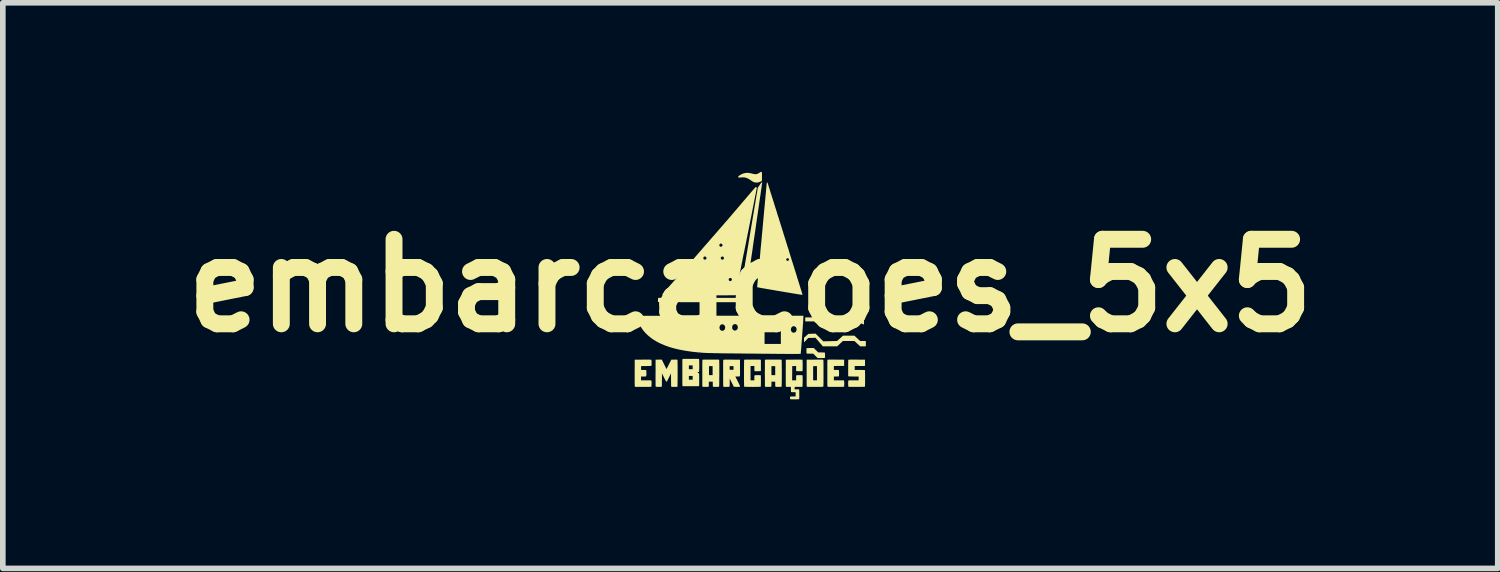
<source format=kicad_pcb>
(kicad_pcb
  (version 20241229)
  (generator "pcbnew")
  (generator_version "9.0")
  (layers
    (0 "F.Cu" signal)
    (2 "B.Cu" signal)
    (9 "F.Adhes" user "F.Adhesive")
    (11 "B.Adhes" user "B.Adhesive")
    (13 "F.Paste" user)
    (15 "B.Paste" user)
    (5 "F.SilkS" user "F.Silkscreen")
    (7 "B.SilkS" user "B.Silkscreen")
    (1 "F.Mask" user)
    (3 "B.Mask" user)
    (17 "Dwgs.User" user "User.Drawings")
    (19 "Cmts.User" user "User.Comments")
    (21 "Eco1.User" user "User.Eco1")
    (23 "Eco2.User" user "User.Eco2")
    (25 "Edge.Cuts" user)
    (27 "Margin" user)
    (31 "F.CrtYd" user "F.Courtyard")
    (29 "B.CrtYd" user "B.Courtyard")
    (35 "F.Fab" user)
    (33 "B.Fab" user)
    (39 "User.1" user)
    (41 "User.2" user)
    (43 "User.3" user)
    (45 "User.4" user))
  (footprint "embarcacoes_5x5"
    (layer "F.Cu")
    (at 10.264 2.018)
    (property "Reference" "embarcacoes_5x5" (at 0 0 0) (layer "F.SilkS") (effects (font (size 1.5 1.5) (thickness 0.3))))
    (attr board_only exclude_from_pos_files exclude_from_bom)
    (fp_poly (pts (xy 1.078 0.565) (xy 1.18 0.565) (xy 1.239 0.619) (xy 1.299 0.673) (xy 1.401 0.673) (xy 1.504 0.673) (xy 1.552 0.621) (xy 1.601 0.57) (xy 1.755 0.57) (xy 1.909 0.571) (xy 1.964 0.598) (xy 2.018 0.626) (xy 2.018 0.659) (xy 2.018 0.671) (xy 2.018 0.682) (xy 2.018 0.689) (xy 2.018 0.692) (xy 2.017 0.692) (xy 2.015 0.691) (xy 2.008 0.688) (xy 1.997 0.683) (xy 1.984 0.677) (xy 1.969 0.67) (xy 1.961 0.666) (xy 1.907 0.641) (xy 1.754 0.641) (xy 1.601 0.641) (xy 1.552 0.692) (xy 1.504 0.743) (xy 1.401 0.743) (xy 1.299 0.743) (xy 1.288 0.733) (xy 1.282 0.728) (xy 1.274 0.721) (xy 1.263 0.711) (xy 1.25 0.699) (xy 1.236 0.687) (xy 1.227 0.679) (xy 1.178 0.635) (xy 1.077 0.635) (xy 0.976 0.635) (xy 0.976 0.6) (xy 0.976 0.565)) (stroke (width 0) (type solid)) (fill yes) (layer "F.SilkS"))
    (fp_poly (pts (xy 1.228 0.921) (xy 1.296 0.989) (xy 1.407 0.987) (xy 1.431 0.986) (xy 1.454 0.985) (xy 1.476 0.985) (xy 1.494 0.985) (xy 1.51 0.984) (xy 1.522 0.984) (xy 1.529 0.984) (xy 1.53 0.984) (xy 1.534 0.984) (xy 1.537 0.983) (xy 1.541 0.982) (xy 1.545 0.979) (xy 1.551 0.975) (xy 1.559 0.968) (xy 1.569 0.959) (xy 1.582 0.947) (xy 1.593 0.937) (xy 1.645 0.889) (xy 1.747 0.889) (xy 1.849 0.889) (xy 1.899 0.936) (xy 1.95 0.984) (xy 2.001 0.984) (xy 2.051 0.984) (xy 2.051 1.031) (xy 2.051 1.078) (xy 2.001 1.078) (xy 1.951 1.078) (xy 1.9 1.031) (xy 1.849 0.984) (xy 1.747 0.984) (xy 1.644 0.984) (xy 1.593 1.031) (xy 1.542 1.078) (xy 1.415 1.078) (xy 1.288 1.078) (xy 1.223 1.002) (xy 1.158 0.926) (xy 1.094 0.928) (xy 1.03 0.93) (xy 0.992 0.969) (xy 0.954 1.007) (xy 0.954 0.966) (xy 0.954 0.926) (xy 0.993 0.891) (xy 1.032 0.857) (xy 1.096 0.855) (xy 1.16 0.853)) (stroke (width 0) (type solid)) (fill yes) (layer "F.SilkS"))
    (fp_poly (pts (xy 1.167 1.147) (xy 1.207 1.186) (xy 1.264 1.186) (xy 1.285 1.187) (xy 1.301 1.187) (xy 1.313 1.188) (xy 1.32 1.188) (xy 1.324 1.19) (xy 1.324 1.19) (xy 1.325 1.193) (xy 1.326 1.201) (xy 1.327 1.214) (xy 1.327 1.232) (xy 1.327 1.237) (xy 1.327 1.253) (xy 1.327 1.265) (xy 1.326 1.273) (xy 1.326 1.278) (xy 1.324 1.281) (xy 1.323 1.283) (xy 1.322 1.284) (xy 1.317 1.285) (xy 1.308 1.285) (xy 1.294 1.286) (xy 1.277 1.286) (xy 1.257 1.286) (xy 1.256 1.286) (xy 1.196 1.286) (xy 1.157 1.247) (xy 1.117 1.208) (xy 1.061 1.208) (xy 1.039 1.208) (xy 1.023 1.208) (xy 1.012 1.207) (xy 1.004 1.206) (xy 1.001 1.205) (xy 1.001 1.205) (xy 0.999 1.201) (xy 0.998 1.193) (xy 0.998 1.181) (xy 0.997 1.163) (xy 0.997 1.158) (xy 0.997 1.141) (xy 0.998 1.129) (xy 0.998 1.121) (xy 0.999 1.116) (xy 1 1.113) (xy 1.002 1.111) (xy 1.003 1.111) (xy 1.007 1.11) (xy 1.016 1.109) (xy 1.03 1.109) (xy 1.047 1.108) (xy 1.067 1.108) (xy 1.068 1.108) (xy 1.128 1.108)) (stroke (width 0) (type solid)) (fill yes) (layer "F.SilkS"))
    (fp_poly (pts (xy 0.201 -2.015) (xy 0.203 -2.014) (xy 0.204 -2.012) (xy 0.206 -2.009) (xy 0.207 -2.006) (xy 0.207 -2) (xy 0.208 -1.992) (xy 0.208 -1.982) (xy 0.208 -1.967) (xy 0.208 -1.948) (xy 0.208 -1.934) (xy 0.208 -1.912) (xy 0.208 -1.894) (xy 0.208 -1.88) (xy 0.207 -1.87) (xy 0.206 -1.862) (xy 0.203 -1.857) (xy 0.2 -1.853) (xy 0.196 -1.851) (xy 0.19 -1.848) (xy 0.183 -1.845) (xy 0.182 -1.844) (xy 0.155 -1.835) (xy 0.129 -1.829) (xy 0.104 -1.828) (xy 0.081 -1.831) (xy 0.079 -1.831) (xy 0.07 -1.834) (xy 0.061 -1.837) (xy 0.052 -1.842) (xy 0.041 -1.848) (xy 0.028 -1.856) (xy 0.012 -1.867) (xy 0.007 -1.871) (xy -0.02 -1.888) (xy -0.044 -1.901) (xy -0.066 -1.91) (xy -0.089 -1.917) (xy -0.112 -1.92) (xy -0.137 -1.921) (xy -0.164 -1.919) (xy -0.168 -1.919) (xy -0.203 -1.915) (xy -0.209 -1.921) (xy -0.212 -1.927) (xy -0.214 -1.932) (xy -0.211 -1.937) (xy -0.205 -1.944) (xy -0.194 -1.952) (xy -0.182 -1.96) (xy -0.167 -1.969) (xy -0.151 -1.977) (xy -0.136 -1.984) (xy -0.11 -1.993) (xy -0.086 -1.998) (xy -0.061 -2.001) (xy -0.035 -2) (xy -0.007 -1.996) (xy 0.023 -1.99) (xy 0.039 -1.986) (xy 0.054 -1.982) (xy 0.067 -1.98) (xy 0.077 -1.978) (xy 0.08 -1.977) (xy 0.102 -1.977) (xy 0.124 -1.982) (xy 0.147 -1.992) (xy 0.169 -2.006) (xy 0.18 -2.014) (xy 0.189 -2.018) (xy 0.195 -2.018)) (stroke (width 0) (type solid)) (fill yes) (layer "F.SilkS"))
    (fp_poly (pts (xy 1.247 1.314) (xy 1.261 1.314) (xy 1.273 1.314) (xy 1.281 1.315) (xy 1.288 1.315) (xy 1.292 1.316) (xy 1.294 1.316) (xy 1.296 1.317) (xy 1.297 1.318) (xy 1.297 1.32) (xy 1.298 1.324) (xy 1.298 1.331) (xy 1.299 1.341) (xy 1.299 1.353) (xy 1.299 1.37) (xy 1.3 1.39) (xy 1.3 1.413) (xy 1.3 1.442) (xy 1.3 1.474) (xy 1.3 1.512) (xy 1.3 1.554) (xy 1.3 1.556) (xy 1.3 1.597) (xy 1.3 1.633) (xy 1.3 1.664) (xy 1.3 1.691) (xy 1.3 1.714) (xy 1.3 1.734) (xy 1.299 1.749) (xy 1.299 1.762) (xy 1.299 1.772) (xy 1.298 1.78) (xy 1.298 1.785) (xy 1.297 1.789) (xy 1.297 1.791) (xy 1.296 1.793) (xy 1.296 1.793) (xy 1.294 1.794) (xy 1.292 1.795) (xy 1.288 1.795) (xy 1.282 1.796) (xy 1.273 1.796) (xy 1.262 1.797) (xy 1.248 1.797) (xy 1.23 1.797) (xy 1.207 1.797) (xy 1.181 1.797) (xy 1.149 1.797) (xy 1.149 1.797) (xy 1.116 1.797) (xy 1.089 1.797) (xy 1.066 1.797) (xy 1.048 1.797) (xy 1.033 1.797) (xy 1.022 1.796) (xy 1.014 1.796) (xy 1.008 1.795) (xy 1.005 1.794) (xy 1.003 1.794) (xy 1.003 1.794) (xy 1.002 1.791) (xy 1.002 1.786) (xy 1.002 1.776) (xy 1.001 1.763) (xy 1.001 1.746) (xy 1.001 1.725) (xy 1.001 1.7) (xy 1.001 1.67) (xy 1.001 1.635) (xy 1.001 1.595) (xy 1.001 1.552) (xy 1.001 1.43) (xy 1.116 1.43) (xy 1.116 1.555) (xy 1.116 1.681) (xy 1.15 1.681) (xy 1.184 1.681) (xy 1.184 1.555) (xy 1.184 1.43) (xy 1.15 1.43) (xy 1.116 1.43) (xy 1.001 1.43) (xy 1.001 1.315) (xy 1.147 1.314) (xy 1.179 1.314) (xy 1.206 1.314) (xy 1.229 1.314)) (stroke (width 0) (type solid)) (fill yes) (layer "F.SilkS"))
    (fp_poly (pts (xy -0.344 1.314) (xy -0.328 1.314) (xy -0.182 1.315) (xy -0.182 1.461) (xy -0.182 1.493) (xy -0.181 1.52) (xy -0.181 1.542) (xy -0.182 1.56) (xy -0.182 1.575) (xy -0.182 1.586) (xy -0.182 1.595) (xy -0.183 1.601) (xy -0.183 1.605) (xy -0.184 1.608) (xy -0.185 1.609) (xy -0.186 1.61) (xy -0.19 1.612) (xy -0.2 1.613) (xy -0.214 1.613) (xy -0.228 1.614) (xy -0.265 1.614) (xy -0.223 1.697) (xy -0.213 1.717) (xy -0.204 1.736) (xy -0.196 1.752) (xy -0.19 1.766) (xy -0.185 1.777) (xy -0.182 1.784) (xy -0.181 1.786) (xy -0.181 1.79) (xy -0.183 1.793) (xy -0.187 1.795) (xy -0.193 1.796) (xy -0.202 1.797) (xy -0.216 1.797) (xy -0.234 1.797) (xy -0.24 1.797) (xy -0.291 1.796) (xy -0.328 1.723) (xy -0.365 1.65) (xy -0.365 1.72) (xy -0.365 1.744) (xy -0.365 1.763) (xy -0.366 1.776) (xy -0.366 1.786) (xy -0.367 1.792) (xy -0.368 1.794) (xy -0.371 1.795) (xy -0.379 1.796) (xy -0.39 1.797) (xy -0.407 1.797) (xy -0.423 1.797) (xy -0.441 1.797) (xy -0.455 1.797) (xy -0.464 1.797) (xy -0.471 1.796) (xy -0.475 1.795) (xy -0.477 1.794) (xy -0.478 1.792) (xy -0.478 1.792) (xy -0.479 1.788) (xy -0.479 1.779) (xy -0.48 1.764) (xy -0.48 1.744) (xy -0.48 1.719) (xy -0.481 1.688) (xy -0.481 1.652) (xy -0.481 1.611) (xy -0.481 1.564) (xy -0.481 1.553) (xy -0.481 1.511) (xy -0.481 1.475) (xy -0.481 1.443) (xy -0.481 1.43) (xy -0.365 1.43) (xy -0.365 1.462) (xy -0.365 1.495) (xy -0.331 1.495) (xy -0.297 1.495) (xy -0.297 1.462) (xy -0.297 1.43) (xy -0.331 1.43) (xy -0.365 1.43) (xy -0.481 1.43) (xy -0.481 1.415) (xy -0.481 1.392) (xy -0.481 1.372) (xy -0.48 1.356) (xy -0.48 1.343) (xy -0.48 1.333) (xy -0.479 1.326) (xy -0.479 1.321) (xy -0.478 1.318) (xy -0.477 1.317) (xy -0.477 1.317) (xy -0.475 1.316) (xy -0.469 1.315) (xy -0.459 1.315) (xy -0.445 1.314) (xy -0.427 1.314) (xy -0.404 1.314) (xy -0.376 1.314)) (stroke (width 0) (type solid)) (fill yes) (layer "F.SilkS"))
    (fp_poly (pts (xy -1.528 1.398) (xy -1.486 1.482) (xy -1.444 1.399) (xy -1.401 1.315) (xy -1.349 1.314) (xy -1.328 1.314) (xy -1.312 1.314) (xy -1.301 1.315) (xy -1.295 1.316) (xy -1.293 1.316) (xy -1.292 1.318) (xy -1.292 1.321) (xy -1.291 1.325) (xy -1.291 1.332) (xy -1.29 1.342) (xy -1.29 1.354) (xy -1.29 1.369) (xy -1.29 1.388) (xy -1.289 1.411) (xy -1.289 1.438) (xy -1.289 1.469) (xy -1.289 1.505) (xy -1.289 1.545) (xy -1.289 1.553) (xy -1.289 1.601) (xy -1.289 1.644) (xy -1.289 1.681) (xy -1.29 1.713) (xy -1.29 1.74) (xy -1.29 1.761) (xy -1.291 1.776) (xy -1.291 1.787) (xy -1.292 1.792) (xy -1.292 1.792) (xy -1.293 1.794) (xy -1.295 1.795) (xy -1.299 1.796) (xy -1.305 1.797) (xy -1.314 1.797) (xy -1.327 1.797) (xy -1.345 1.797) (xy -1.347 1.797) (xy -1.365 1.797) (xy -1.379 1.797) (xy -1.388 1.797) (xy -1.395 1.796) (xy -1.399 1.795) (xy -1.401 1.794) (xy -1.402 1.792) (xy -1.403 1.792) (xy -1.403 1.788) (xy -1.404 1.778) (xy -1.405 1.764) (xy -1.405 1.745) (xy -1.405 1.721) (xy -1.405 1.692) (xy -1.406 1.672) (xy -1.406 1.558) (xy -1.442 1.63) (xy -1.451 1.648) (xy -1.46 1.665) (xy -1.467 1.68) (xy -1.473 1.691) (xy -1.478 1.699) (xy -1.481 1.704) (xy -1.481 1.704) (xy -1.484 1.705) (xy -1.487 1.705) (xy -1.49 1.703) (xy -1.494 1.698) (xy -1.499 1.691) (xy -1.505 1.68) (xy -1.513 1.666) (xy -1.523 1.647) (xy -1.531 1.63) (xy -1.567 1.558) (xy -1.567 1.674) (xy -1.568 1.705) (xy -1.568 1.73) (xy -1.568 1.75) (xy -1.568 1.767) (xy -1.569 1.779) (xy -1.569 1.787) (xy -1.57 1.792) (xy -1.571 1.794) (xy -1.575 1.795) (xy -1.583 1.796) (xy -1.595 1.797) (xy -1.608 1.797) (xy -1.623 1.798) (xy -1.638 1.797) (xy -1.652 1.797) (xy -1.664 1.796) (xy -1.673 1.795) (xy -1.678 1.794) (xy -1.678 1.794) (xy -1.679 1.791) (xy -1.679 1.786) (xy -1.68 1.776) (xy -1.68 1.763) (xy -1.68 1.746) (xy -1.68 1.725) (xy -1.68 1.7) (xy -1.681 1.67) (xy -1.681 1.635) (xy -1.681 1.595) (xy -1.68 1.552) (xy -1.68 1.315) (xy -1.625 1.314) (xy -1.57 1.313)) (stroke (width 0) (type solid)) (fill yes) (layer "F.SilkS"))
    (fp_poly (pts (xy -0.551 1.321) (xy -0.551 1.325) (xy -0.55 1.334) (xy -0.55 1.349) (xy -0.55 1.368) (xy -0.549 1.393) (xy -0.549 1.422) (xy -0.549 1.455) (xy -0.549 1.494) (xy -0.549 1.536) (xy -0.549 1.56) (xy -0.549 1.601) (xy -0.55 1.637) (xy -0.55 1.669) (xy -0.55 1.696) (xy -0.55 1.719) (xy -0.55 1.738) (xy -0.551 1.753) (xy -0.551 1.766) (xy -0.551 1.776) (xy -0.552 1.783) (xy -0.552 1.788) (xy -0.553 1.792) (xy -0.553 1.794) (xy -0.554 1.795) (xy -0.558 1.796) (xy -0.567 1.796) (xy -0.579 1.797) (xy -0.592 1.797) (xy -0.607 1.797) (xy -0.622 1.797) (xy -0.636 1.797) (xy -0.648 1.796) (xy -0.657 1.795) (xy -0.661 1.794) (xy -0.662 1.794) (xy -0.663 1.79) (xy -0.664 1.782) (xy -0.665 1.769) (xy -0.665 1.751) (xy -0.665 1.748) (xy -0.665 1.705) (xy -0.7 1.705) (xy -0.735 1.705) (xy -0.735 1.748) (xy -0.735 1.767) (xy -0.736 1.78) (xy -0.737 1.789) (xy -0.738 1.794) (xy -0.738 1.794) (xy -0.742 1.795) (xy -0.749 1.796) (xy -0.761 1.797) (xy -0.777 1.797) (xy -0.792 1.797) (xy -0.811 1.797) (xy -0.824 1.797) (xy -0.834 1.797) (xy -0.84 1.796) (xy -0.844 1.795) (xy -0.847 1.793) (xy -0.847 1.793) (xy -0.848 1.792) (xy -0.849 1.79) (xy -0.849 1.786) (xy -0.85 1.781) (xy -0.85 1.774) (xy -0.85 1.765) (xy -0.851 1.753) (xy -0.851 1.738) (xy -0.851 1.719) (xy -0.851 1.697) (xy -0.851 1.672) (xy -0.851 1.641) (xy -0.851 1.606) (xy -0.851 1.566) (xy -0.851 1.556) (xy -0.851 1.508) (xy -0.851 1.466) (xy -0.851 1.43) (xy -0.732 1.43) (xy -0.732 1.509) (xy -0.732 1.589) (xy -0.7 1.589) (xy -0.668 1.589) (xy -0.668 1.509) (xy -0.668 1.43) (xy -0.7 1.43) (xy -0.732 1.43) (xy -0.851 1.43) (xy -0.851 1.429) (xy -0.851 1.397) (xy -0.851 1.371) (xy -0.85 1.35) (xy -0.85 1.334) (xy -0.849 1.324) (xy -0.849 1.319) (xy -0.849 1.319) (xy -0.848 1.318) (xy -0.847 1.317) (xy -0.844 1.316) (xy -0.841 1.315) (xy -0.835 1.315) (xy -0.828 1.314) (xy -0.817 1.314) (xy -0.804 1.314) (xy -0.787 1.314) (xy -0.766 1.314) (xy -0.741 1.314) (xy -0.711 1.314) (xy -0.7 1.314) (xy -0.554 1.314)) (stroke (width 0) (type solid)) (fill yes) (layer "F.SilkS"))
    (fp_poly (pts (xy -1.815 1.314) (xy -1.795 1.314) (xy -1.779 1.315) (xy -1.768 1.315) (xy -1.76 1.316) (xy -1.756 1.316) (xy -1.755 1.317) (xy -1.754 1.32) (xy -1.753 1.328) (xy -1.752 1.34) (xy -1.751 1.354) (xy -1.751 1.368) (xy -1.751 1.383) (xy -1.752 1.397) (xy -1.752 1.41) (xy -1.753 1.419) (xy -1.755 1.424) (xy -1.755 1.424) (xy -1.759 1.425) (xy -1.767 1.426) (xy -1.781 1.426) (xy -1.8 1.427) (xy -1.825 1.427) (xy -1.848 1.428) (xy -1.936 1.428) (xy -1.937 1.463) (xy -1.938 1.497) (xy -1.895 1.497) (xy -1.878 1.497) (xy -1.866 1.498) (xy -1.857 1.498) (xy -1.852 1.499) (xy -1.849 1.501) (xy -1.847 1.502) (xy -1.846 1.504) (xy -1.845 1.508) (xy -1.844 1.514) (xy -1.844 1.524) (xy -1.843 1.537) (xy -1.843 1.554) (xy -1.843 1.574) (xy -1.843 1.588) (xy -1.845 1.599) (xy -1.847 1.606) (xy -1.852 1.61) (xy -1.859 1.613) (xy -1.87 1.613) (xy -1.884 1.614) (xy -1.896 1.614) (xy -1.938 1.614) (xy -1.938 1.647) (xy -1.938 1.681) (xy -1.849 1.681) (xy -1.825 1.681) (xy -1.805 1.681) (xy -1.79 1.681) (xy -1.778 1.682) (xy -1.77 1.682) (xy -1.764 1.683) (xy -1.76 1.683) (xy -1.758 1.684) (xy -1.756 1.686) (xy -1.756 1.686) (xy -1.754 1.689) (xy -1.753 1.692) (xy -1.752 1.699) (xy -1.752 1.708) (xy -1.751 1.72) (xy -1.751 1.738) (xy -1.751 1.739) (xy -1.752 1.756) (xy -1.752 1.771) (xy -1.753 1.782) (xy -1.754 1.79) (xy -1.754 1.792) (xy -1.755 1.793) (xy -1.756 1.794) (xy -1.758 1.795) (xy -1.762 1.796) (xy -1.767 1.796) (xy -1.775 1.797) (xy -1.785 1.797) (xy -1.799 1.797) (xy -1.816 1.797) (xy -1.837 1.797) (xy -1.862 1.797) (xy -1.893 1.797) (xy -1.901 1.797) (xy -1.934 1.797) (xy -1.961 1.797) (xy -1.984 1.797) (xy -2.003 1.797) (xy -2.018 1.797) (xy -2.029 1.796) (xy -2.037 1.796) (xy -2.043 1.795) (xy -2.047 1.795) (xy -2.048 1.794) (xy -2.048 1.794) (xy -2.049 1.791) (xy -2.049 1.786) (xy -2.05 1.776) (xy -2.05 1.763) (xy -2.05 1.746) (xy -2.051 1.725) (xy -2.051 1.7) (xy -2.051 1.67) (xy -2.051 1.635) (xy -2.051 1.595) (xy -2.051 1.552) (xy -2.05 1.315) (xy -1.904 1.314) (xy -1.87 1.314) (xy -1.84 1.314)) (stroke (width 0) (type solid)) (fill yes) (layer "F.SilkS"))
    (fp_poly (pts (xy 1.469 1.314) (xy 1.497 1.314) (xy 1.52 1.314) (xy 1.666 1.315) (xy 1.666 1.37) (xy 1.666 1.426) (xy 1.575 1.426) (xy 1.484 1.427) (xy 1.484 1.462) (xy 1.484 1.497) (xy 1.526 1.497) (xy 1.545 1.497) (xy 1.559 1.498) (xy 1.568 1.499) (xy 1.572 1.5) (xy 1.572 1.501) (xy 1.574 1.504) (xy 1.575 1.511) (xy 1.575 1.523) (xy 1.576 1.539) (xy 1.576 1.556) (xy 1.576 1.574) (xy 1.575 1.587) (xy 1.575 1.597) (xy 1.575 1.603) (xy 1.574 1.607) (xy 1.572 1.609) (xy 1.571 1.611) (xy 1.57 1.611) (xy 1.566 1.612) (xy 1.557 1.613) (xy 1.545 1.613) (xy 1.53 1.613) (xy 1.525 1.614) (xy 1.484 1.614) (xy 1.484 1.647) (xy 1.484 1.681) (xy 1.57 1.681) (xy 1.597 1.681) (xy 1.619 1.681) (xy 1.637 1.682) (xy 1.65 1.682) (xy 1.659 1.683) (xy 1.662 1.684) (xy 1.664 1.685) (xy 1.665 1.687) (xy 1.666 1.691) (xy 1.667 1.697) (xy 1.667 1.706) (xy 1.668 1.719) (xy 1.668 1.737) (xy 1.668 1.739) (xy 1.667 1.759) (xy 1.667 1.775) (xy 1.666 1.785) (xy 1.665 1.792) (xy 1.664 1.794) (xy 1.662 1.795) (xy 1.657 1.795) (xy 1.649 1.796) (xy 1.637 1.796) (xy 1.622 1.797) (xy 1.602 1.797) (xy 1.578 1.797) (xy 1.549 1.797) (xy 1.519 1.797) (xy 1.487 1.797) (xy 1.46 1.797) (xy 1.438 1.797) (xy 1.42 1.797) (xy 1.405 1.797) (xy 1.394 1.796) (xy 1.386 1.796) (xy 1.38 1.795) (xy 1.376 1.795) (xy 1.373 1.794) (xy 1.372 1.793) (xy 1.371 1.792) (xy 1.37 1.79) (xy 1.37 1.786) (xy 1.369 1.781) (xy 1.369 1.774) (xy 1.369 1.765) (xy 1.368 1.753) (xy 1.368 1.738) (xy 1.368 1.72) (xy 1.368 1.698) (xy 1.368 1.672) (xy 1.368 1.641) (xy 1.368 1.607) (xy 1.368 1.567) (xy 1.368 1.556) (xy 1.368 1.513) (xy 1.368 1.475) (xy 1.368 1.442) (xy 1.368 1.414) (xy 1.368 1.39) (xy 1.368 1.37) (xy 1.369 1.354) (xy 1.369 1.341) (xy 1.369 1.331) (xy 1.37 1.324) (xy 1.37 1.32) (xy 1.371 1.318) (xy 1.371 1.318) (xy 1.372 1.317) (xy 1.374 1.316) (xy 1.377 1.316) (xy 1.382 1.315) (xy 1.388 1.315) (xy 1.398 1.314) (xy 1.41 1.314) (xy 1.426 1.314) (xy 1.445 1.314)) (stroke (width 0) (type solid)) (fill yes) (layer "F.SilkS"))
    (fp_poly (pts (xy 0.442 1.314) (xy 0.47 1.314) (xy 0.494 1.314) (xy 0.514 1.314) (xy 0.529 1.314) (xy 0.541 1.315) (xy 0.549 1.315) (xy 0.554 1.316) (xy 0.556 1.317) (xy 0.557 1.32) (xy 0.557 1.328) (xy 0.558 1.341) (xy 0.558 1.357) (xy 0.559 1.377) (xy 0.559 1.401) (xy 0.559 1.426) (xy 0.559 1.454) (xy 0.56 1.483) (xy 0.56 1.514) (xy 0.56 1.545) (xy 0.56 1.576) (xy 0.56 1.607) (xy 0.56 1.637) (xy 0.559 1.666) (xy 0.559 1.693) (xy 0.559 1.718) (xy 0.559 1.74) (xy 0.558 1.759) (xy 0.558 1.775) (xy 0.557 1.786) (xy 0.557 1.792) (xy 0.556 1.794) (xy 0.553 1.795) (xy 0.545 1.796) (xy 0.534 1.797) (xy 0.517 1.797) (xy 0.502 1.797) (xy 0.484 1.797) (xy 0.47 1.797) (xy 0.461 1.797) (xy 0.454 1.796) (xy 0.45 1.795) (xy 0.448 1.793) (xy 0.447 1.793) (xy 0.446 1.79) (xy 0.445 1.786) (xy 0.444 1.779) (xy 0.443 1.769) (xy 0.443 1.754) (xy 0.443 1.747) (xy 0.443 1.705) (xy 0.409 1.705) (xy 0.376 1.705) (xy 0.376 1.747) (xy 0.376 1.764) (xy 0.375 1.776) (xy 0.375 1.784) (xy 0.374 1.789) (xy 0.372 1.792) (xy 0.371 1.793) (xy 0.369 1.795) (xy 0.365 1.796) (xy 0.359 1.796) (xy 0.35 1.797) (xy 0.336 1.797) (xy 0.319 1.797) (xy 0.317 1.797) (xy 0.296 1.797) (xy 0.281 1.797) (xy 0.271 1.796) (xy 0.265 1.795) (xy 0.263 1.794) (xy 0.262 1.792) (xy 0.262 1.788) (xy 0.261 1.78) (xy 0.261 1.77) (xy 0.26 1.756) (xy 0.26 1.738) (xy 0.26 1.716) (xy 0.26 1.69) (xy 0.26 1.66) (xy 0.26 1.625) (xy 0.259 1.585) (xy 0.259 1.556) (xy 0.259 1.521) (xy 0.26 1.488) (xy 0.26 1.456) (xy 0.26 1.43) (xy 0.376 1.43) (xy 0.376 1.509) (xy 0.376 1.589) (xy 0.409 1.589) (xy 0.443 1.589) (xy 0.443 1.509) (xy 0.443 1.43) (xy 0.409 1.43) (xy 0.376 1.43) (xy 0.26 1.43) (xy 0.26 1.426) (xy 0.26 1.399) (xy 0.26 1.376) (xy 0.26 1.356) (xy 0.26 1.339) (xy 0.261 1.327) (xy 0.261 1.32) (xy 0.261 1.318) (xy 0.262 1.317) (xy 0.264 1.316) (xy 0.267 1.315) (xy 0.272 1.315) (xy 0.28 1.314) (xy 0.291 1.314) (xy 0.304 1.314) (xy 0.321 1.314) (xy 0.343 1.314) (xy 0.368 1.314) (xy 0.399 1.314) (xy 0.408 1.314)) (stroke (width 0) (type solid)) (fill yes) (layer "F.SilkS"))
    (fp_poly (pts (xy 1.875 1.314) (xy 1.891 1.314) (xy 2.036 1.315) (xy 2.037 1.367) (xy 2.037 1.388) (xy 2.037 1.404) (xy 2.037 1.415) (xy 2.036 1.421) (xy 2.035 1.423) (xy 2.033 1.424) (xy 2.029 1.425) (xy 2.023 1.426) (xy 2.014 1.426) (xy 2.001 1.427) (xy 1.985 1.427) (xy 1.964 1.427) (xy 1.943 1.427) (xy 1.854 1.427) (xy 1.854 1.462) (xy 1.854 1.497) (xy 1.943 1.497) (xy 1.969 1.497) (xy 1.99 1.498) (xy 2.007 1.498) (xy 2.019 1.498) (xy 2.028 1.499) (xy 2.033 1.5) (xy 2.035 1.501) (xy 2.035 1.504) (xy 2.036 1.512) (xy 2.037 1.524) (xy 2.037 1.54) (xy 2.037 1.559) (xy 2.038 1.581) (xy 2.038 1.603) (xy 2.038 1.627) (xy 2.038 1.652) (xy 2.038 1.676) (xy 2.038 1.7) (xy 2.038 1.722) (xy 2.037 1.743) (xy 2.037 1.761) (xy 2.036 1.775) (xy 2.036 1.786) (xy 2.035 1.793) (xy 2.035 1.794) (xy 2.032 1.795) (xy 2.027 1.795) (xy 2.019 1.796) (xy 2.008 1.796) (xy 1.992 1.797) (xy 1.972 1.797) (xy 1.948 1.797) (xy 1.919 1.797) (xy 1.887 1.797) (xy 1.856 1.797) (xy 1.829 1.797) (xy 1.807 1.797) (xy 1.789 1.797) (xy 1.775 1.797) (xy 1.764 1.797) (xy 1.756 1.796) (xy 1.75 1.796) (xy 1.746 1.795) (xy 1.743 1.794) (xy 1.742 1.793) (xy 1.741 1.792) (xy 1.741 1.792) (xy 1.74 1.788) (xy 1.739 1.778) (xy 1.738 1.766) (xy 1.738 1.75) (xy 1.738 1.738) (xy 1.738 1.721) (xy 1.738 1.708) (xy 1.738 1.699) (xy 1.739 1.693) (xy 1.74 1.689) (xy 1.742 1.687) (xy 1.743 1.686) (xy 1.745 1.684) (xy 1.748 1.683) (xy 1.752 1.683) (xy 1.759 1.682) (xy 1.768 1.682) (xy 1.781 1.681) (xy 1.798 1.681) (xy 1.819 1.681) (xy 1.836 1.681) (xy 1.924 1.681) (xy 1.924 1.647) (xy 1.924 1.614) (xy 1.837 1.614) (xy 1.813 1.613) (xy 1.793 1.613) (xy 1.777 1.613) (xy 1.766 1.613) (xy 1.757 1.612) (xy 1.751 1.612) (xy 1.747 1.611) (xy 1.744 1.61) (xy 1.744 1.609) (xy 1.738 1.605) (xy 1.738 1.462) (xy 1.738 1.43) (xy 1.738 1.403) (xy 1.738 1.38) (xy 1.738 1.361) (xy 1.739 1.347) (xy 1.739 1.336) (xy 1.739 1.327) (xy 1.74 1.322) (xy 1.741 1.318) (xy 1.741 1.317) (xy 1.742 1.317) (xy 1.744 1.316) (xy 1.75 1.315) (xy 1.76 1.315) (xy 1.774 1.314) (xy 1.792 1.314) (xy 1.815 1.314) (xy 1.843 1.314)) (stroke (width 0) (type solid)) (fill yes) (layer "F.SilkS"))
    (fp_poly (pts (xy 0.073 1.314) (xy 0.1 1.314) (xy 0.122 1.314) (xy 0.14 1.314) (xy 0.155 1.314) (xy 0.166 1.314) (xy 0.174 1.315) (xy 0.18 1.315) (xy 0.184 1.316) (xy 0.186 1.317) (xy 0.187 1.318) (xy 0.188 1.318) (xy 0.188 1.322) (xy 0.188 1.33) (xy 0.189 1.342) (xy 0.189 1.358) (xy 0.189 1.375) (xy 0.189 1.395) (xy 0.189 1.415) (xy 0.189 1.435) (xy 0.189 1.454) (xy 0.189 1.472) (xy 0.189 1.488) (xy 0.188 1.501) (xy 0.188 1.51) (xy 0.188 1.514) (xy 0.188 1.515) (xy 0.186 1.516) (xy 0.184 1.517) (xy 0.179 1.518) (xy 0.171 1.518) (xy 0.159 1.519) (xy 0.144 1.519) (xy 0.132 1.519) (xy 0.078 1.519) (xy 0.076 1.512) (xy 0.075 1.507) (xy 0.074 1.497) (xy 0.073 1.485) (xy 0.073 1.471) (xy 0.073 1.466) (xy 0.073 1.427) (xy 0.039 1.427) (xy 0.005 1.427) (xy 0.005 1.554) (xy 0.005 1.681) (xy 0.039 1.681) (xy 0.073 1.681) (xy 0.073 1.641) (xy 0.073 1.624) (xy 0.073 1.611) (xy 0.074 1.602) (xy 0.077 1.596) (xy 0.082 1.592) (xy 0.091 1.59) (xy 0.102 1.589) (xy 0.118 1.589) (xy 0.132 1.589) (xy 0.152 1.589) (xy 0.167 1.59) (xy 0.178 1.59) (xy 0.184 1.591) (xy 0.186 1.592) (xy 0.187 1.596) (xy 0.188 1.604) (xy 0.188 1.616) (xy 0.189 1.632) (xy 0.189 1.649) (xy 0.189 1.669) (xy 0.189 1.689) (xy 0.189 1.709) (xy 0.189 1.729) (xy 0.189 1.748) (xy 0.188 1.764) (xy 0.188 1.777) (xy 0.187 1.787) (xy 0.186 1.793) (xy 0.186 1.794) (xy 0.183 1.795) (xy 0.174 1.795) (xy 0.162 1.796) (xy 0.146 1.797) (xy 0.127 1.797) (xy 0.106 1.797) (xy 0.083 1.797) (xy 0.059 1.798) (xy 0.034 1.798) (xy 0.01 1.797) (xy -0.014 1.797) (xy -0.036 1.797) (xy -0.056 1.797) (xy -0.074 1.796) (xy -0.089 1.796) (xy -0.1 1.795) (xy -0.106 1.795) (xy -0.108 1.794) (xy -0.108 1.791) (xy -0.109 1.783) (xy -0.109 1.77) (xy -0.11 1.753) (xy -0.11 1.733) (xy -0.11 1.71) (xy -0.111 1.685) (xy -0.111 1.657) (xy -0.111 1.627) (xy -0.111 1.597) (xy -0.111 1.566) (xy -0.111 1.535) (xy -0.111 1.504) (xy -0.111 1.474) (xy -0.111 1.445) (xy -0.11 1.418) (xy -0.11 1.393) (xy -0.11 1.371) (xy -0.109 1.352) (xy -0.109 1.336) (xy -0.109 1.325) (xy -0.108 1.318) (xy -0.108 1.317) (xy -0.105 1.316) (xy -0.1 1.315) (xy -0.092 1.315) (xy -0.081 1.314) (xy -0.065 1.314) (xy -0.045 1.314) (xy -0.021 1.314) (xy 0.008 1.314) (xy 0.041 1.314)) (stroke (width 0) (type solid)) (fill yes) (layer "F.SilkS"))
    (fp_poly (pts (xy -1.023 1.3) (xy -0.996 1.3) (xy -0.974 1.3) (xy -0.957 1.3) (xy -0.942 1.301) (xy -0.931 1.301) (xy -0.923 1.301) (xy -0.917 1.302) (xy -0.913 1.303) (xy -0.911 1.303) (xy -0.91 1.304) (xy -0.909 1.306) (xy -0.908 1.309) (xy -0.907 1.313) (xy -0.906 1.32) (xy -0.906 1.329) (xy -0.906 1.342) (xy -0.906 1.358) (xy -0.905 1.378) (xy -0.905 1.403) (xy -0.905 1.416) (xy -0.905 1.444) (xy -0.905 1.466) (xy -0.906 1.484) (xy -0.906 1.499) (xy -0.906 1.51) (xy -0.907 1.518) (xy -0.909 1.524) (xy -0.911 1.528) (xy -0.913 1.531) (xy -0.916 1.533) (xy -0.92 1.535) (xy -0.924 1.536) (xy -0.931 1.54) (xy -0.935 1.542) (xy -0.935 1.543) (xy -0.933 1.545) (xy -0.927 1.549) (xy -0.921 1.553) (xy -0.907 1.561) (xy -0.906 1.669) (xy -0.906 1.697) (xy -0.906 1.719) (xy -0.906 1.737) (xy -0.906 1.752) (xy -0.906 1.762) (xy -0.907 1.77) (xy -0.907 1.776) (xy -0.908 1.779) (xy -0.909 1.781) (xy -0.91 1.782) (xy -0.911 1.783) (xy -0.914 1.784) (xy -0.918 1.785) (xy -0.923 1.785) (xy -0.932 1.786) (xy -0.943 1.786) (xy -0.957 1.786) (xy -0.975 1.786) (xy -0.997 1.786) (xy -1.024 1.786) (xy -1.055 1.786) (xy -1.056 1.786) (xy -1.09 1.786) (xy -1.118 1.786) (xy -1.142 1.786) (xy -1.161 1.786) (xy -1.177 1.786) (xy -1.188 1.785) (xy -1.196 1.785) (xy -1.2 1.784) (xy -1.202 1.783) (xy -1.203 1.781) (xy -1.203 1.777) (xy -1.204 1.769) (xy -1.204 1.759) (xy -1.204 1.745) (xy -1.205 1.727) (xy -1.205 1.706) (xy -1.205 1.68) (xy -1.205 1.65) (xy -1.205 1.615) (xy -1.205 1.603) (xy -1.089 1.603) (xy -1.089 1.636) (xy -1.089 1.67) (xy -1.055 1.67) (xy -1.022 1.67) (xy -1.022 1.636) (xy -1.022 1.603) (xy -1.055 1.603) (xy -1.089 1.603) (xy -1.205 1.603) (xy -1.205 1.575) (xy -1.205 1.543) (xy -1.205 1.502) (xy -1.205 1.465) (xy -1.205 1.434) (xy -1.205 1.416) (xy -1.089 1.416) (xy -1.089 1.45) (xy -1.089 1.484) (xy -1.055 1.484) (xy -1.022 1.484) (xy -1.022 1.45) (xy -1.022 1.416) (xy -1.055 1.416) (xy -1.089 1.416) (xy -1.205 1.416) (xy -1.205 1.407) (xy -1.205 1.384) (xy -1.205 1.365) (xy -1.205 1.349) (xy -1.205 1.336) (xy -1.204 1.326) (xy -1.204 1.318) (xy -1.204 1.312) (xy -1.203 1.308) (xy -1.202 1.306) (xy -1.202 1.304) (xy -1.201 1.303) (xy -1.2 1.303) (xy -1.196 1.302) (xy -1.187 1.301) (xy -1.172 1.301) (xy -1.152 1.301) (xy -1.128 1.3) (xy -1.098 1.3) (xy -1.063 1.3) (xy -1.054 1.3)) (stroke (width 0) (type solid)) (fill yes) (layer "F.SilkS"))
    (fp_poly (pts (xy 0.305 -1.828) (xy 0.306 -1.825) (xy 0.309 -1.818) (xy 0.313 -1.805) (xy 0.319 -1.788) (xy 0.325 -1.767) (xy 0.333 -1.741) (xy 0.343 -1.712) (xy 0.353 -1.679) (xy 0.364 -1.643) (xy 0.377 -1.603) (xy 0.39 -1.561) (xy 0.405 -1.516) (xy 0.42 -1.468) (xy 0.435 -1.417) (xy 0.452 -1.365) (xy 0.469 -1.311) (xy 0.486 -1.254) (xy 0.505 -1.197) (xy 0.523 -1.138) (xy 0.542 -1.078) (xy 0.561 -1.017) (xy 0.58 -0.956) (xy 0.599 -0.894) (xy 0.619 -0.832) (xy 0.638 -0.77) (xy 0.657 -0.708) (xy 0.677 -0.647) (xy 0.695 -0.586) (xy 0.714 -0.526) (xy 0.732 -0.467) (xy 0.75 -0.41) (xy 0.768 -0.354) (xy 0.785 -0.3) (xy 0.801 -0.248) (xy 0.817 -0.197) (xy 0.831 -0.15) (xy 0.845 -0.105) (xy 0.859 -0.062) (xy 0.871 -0.023) (xy 0.882 0.013) (xy 0.892 0.046) (xy 0.901 0.075) (xy 0.909 0.1) (xy 0.915 0.121) (xy 0.92 0.137) (xy 0.924 0.15) (xy 0.926 0.157) (xy 0.926 0.159) (xy 0.923 0.163) (xy 0.918 0.164) (xy 0.914 0.164) (xy 0.905 0.162) (xy 0.892 0.16) (xy 0.874 0.157) (xy 0.852 0.154) (xy 0.827 0.15) (xy 0.798 0.145) (xy 0.765 0.14) (xy 0.73 0.134) (xy 0.692 0.127) (xy 0.652 0.121) (xy 0.61 0.114) (xy 0.566 0.106) (xy 0.52 0.099) (xy 0.518 0.098) (xy 0.467 0.09) (xy 0.418 0.081) (xy 0.373 0.074) (xy 0.33 0.066) (xy 0.291 0.06) (xy 0.256 0.053) (xy 0.224 0.048) (xy 0.196 0.043) (xy 0.173 0.039) (xy 0.153 0.035) (xy 0.139 0.032) (xy 0.129 0.03) (xy 0.124 0.029) (xy 0.124 0.029) (xy 0.123 0.024) (xy 0.123 0.017) (xy 0.123 0.015) (xy 0.124 0.011) (xy 0.124 0.003) (xy 0.126 -0.011) (xy 0.127 -0.029) (xy 0.13 -0.052) (xy 0.132 -0.08) (xy 0.135 -0.111) (xy 0.138 -0.147) (xy 0.142 -0.186) (xy 0.146 -0.229) (xy 0.15 -0.276) (xy 0.155 -0.325) (xy 0.155 -0.33) (xy 0.542 -0.33) (xy 0.544 -0.319) (xy 0.551 -0.31) (xy 0.56 -0.304) (xy 0.571 -0.302) (xy 0.582 -0.305) (xy 0.589 -0.309) (xy 0.596 -0.319) (xy 0.599 -0.33) (xy 0.596 -0.342) (xy 0.59 -0.35) (xy 0.581 -0.357) (xy 0.571 -0.359) (xy 0.57 -0.359) (xy 0.56 -0.357) (xy 0.551 -0.351) (xy 0.544 -0.342) (xy 0.544 -0.341) (xy 0.542 -0.33) (xy 0.155 -0.33) (xy 0.16 -0.378) (xy 0.165 -0.433) (xy 0.167 -0.457) (xy 0.639 -0.457) (xy 0.643 -0.449) (xy 0.65 -0.442) (xy 0.66 -0.439) (xy 0.669 -0.439) (xy 0.674 -0.441) (xy 0.682 -0.447) (xy 0.686 -0.456) (xy 0.686 -0.463) (xy 0.684 -0.473) (xy 0.679 -0.481) (xy 0.671 -0.485) (xy 0.662 -0.486) (xy 0.653 -0.484) (xy 0.646 -0.479) (xy 0.64 -0.47) (xy 0.639 -0.467) (xy 0.639 -0.457) (xy 0.167 -0.457) (xy 0.17 -0.491) (xy 0.176 -0.551) (xy 0.181 -0.614) (xy 0.187 -0.678) (xy 0.194 -0.745) (xy 0.2 -0.813) (xy 0.206 -0.882) (xy 0.208 -0.904) (xy 0.215 -0.974) (xy 0.221 -1.042) (xy 0.227 -1.109) (xy 0.233 -1.174) (xy 0.239 -1.237) (xy 0.244 -1.298) (xy 0.25 -1.356) (xy 0.255 -1.412) (xy 0.26 -1.465) (xy 0.265 -1.516) (xy 0.269 -1.563) (xy 0.273 -1.607) (xy 0.277 -1.647) (xy 0.28 -1.684) (xy 0.283 -1.716) (xy 0.286 -1.745) (xy 0.288 -1.769) (xy 0.29 -1.788) (xy 0.291 -1.803) (xy 0.292 -1.813) (xy 0.292 -1.818) (xy 0.293 -1.819) (xy 0.295 -1.825) (xy 0.299 -1.829) (xy 0.304 -1.829)) (stroke (width 0) (type solid)) (fill yes) (layer "F.SilkS"))
    (fp_poly (pts (xy 0.866 1.314) (xy 0.886 1.314) (xy 0.902 1.315) (xy 0.914 1.315) (xy 0.921 1.316) (xy 0.925 1.316) (xy 0.926 1.317) (xy 0.927 1.32) (xy 0.928 1.328) (xy 0.929 1.34) (xy 0.929 1.355) (xy 0.93 1.373) (xy 0.93 1.392) (xy 0.93 1.412) (xy 0.93 1.432) (xy 0.93 1.452) (xy 0.93 1.47) (xy 0.929 1.487) (xy 0.929 1.5) (xy 0.928 1.51) (xy 0.927 1.515) (xy 0.926 1.516) (xy 0.923 1.517) (xy 0.916 1.518) (xy 0.904 1.519) (xy 0.888 1.519) (xy 0.872 1.519) (xy 0.851 1.519) (xy 0.836 1.518) (xy 0.825 1.518) (xy 0.819 1.517) (xy 0.817 1.516) (xy 0.815 1.512) (xy 0.814 1.504) (xy 0.814 1.491) (xy 0.814 1.473) (xy 0.814 1.47) (xy 0.814 1.427) (xy 0.779 1.428) (xy 0.745 1.428) (xy 0.744 1.555) (xy 0.743 1.681) (xy 0.778 1.681) (xy 0.814 1.681) (xy 0.814 1.639) (xy 0.814 1.623) (xy 0.814 1.611) (xy 0.815 1.603) (xy 0.816 1.597) (xy 0.817 1.594) (xy 0.818 1.593) (xy 0.82 1.592) (xy 0.824 1.591) (xy 0.83 1.59) (xy 0.84 1.59) (xy 0.853 1.589) (xy 0.871 1.589) (xy 0.872 1.589) (xy 0.89 1.589) (xy 0.903 1.589) (xy 0.913 1.59) (xy 0.919 1.591) (xy 0.923 1.592) (xy 0.925 1.593) (xy 0.925 1.593) (xy 0.927 1.595) (xy 0.928 1.598) (xy 0.928 1.603) (xy 0.929 1.61) (xy 0.929 1.62) (xy 0.929 1.633) (xy 0.93 1.65) (xy 0.93 1.672) (xy 0.93 1.692) (xy 0.93 1.72) (xy 0.929 1.744) (xy 0.929 1.763) (xy 0.928 1.778) (xy 0.928 1.787) (xy 0.927 1.792) (xy 0.927 1.792) (xy 0.926 1.794) (xy 0.924 1.795) (xy 0.921 1.796) (xy 0.915 1.796) (xy 0.907 1.797) (xy 0.896 1.797) (xy 0.881 1.797) (xy 0.861 1.797) (xy 0.857 1.797) (xy 0.789 1.797) (xy 0.789 1.806) (xy 0.789 1.815) (xy 0.788 1.825) (xy 0.787 1.828) (xy 0.786 1.841) (xy 0.824 1.841) (xy 0.84 1.841) (xy 0.851 1.841) (xy 0.858 1.842) (xy 0.863 1.843) (xy 0.866 1.845) (xy 0.866 1.845) (xy 0.867 1.847) (xy 0.868 1.85) (xy 0.869 1.855) (xy 0.87 1.862) (xy 0.87 1.873) (xy 0.87 1.887) (xy 0.87 1.905) (xy 0.87 1.928) (xy 0.87 1.931) (xy 0.87 1.956) (xy 0.87 1.976) (xy 0.87 1.992) (xy 0.869 2.003) (xy 0.868 2.011) (xy 0.867 2.015) (xy 0.867 2.016) (xy 0.864 2.017) (xy 0.855 2.017) (xy 0.844 2.018) (xy 0.829 2.018) (xy 0.813 2.019) (xy 0.795 2.019) (xy 0.777 2.019) (xy 0.759 2.019) (xy 0.743 2.019) (xy 0.73 2.018) (xy 0.719 2.018) (xy 0.713 2.017) (xy 0.711 2.016) (xy 0.708 2.012) (xy 0.706 2.004) (xy 0.706 1.994) (xy 0.706 1.984) (xy 0.708 1.977) (xy 0.709 1.974) (xy 0.714 1.968) (xy 0.76 1.968) (xy 0.805 1.968) (xy 0.805 1.93) (xy 0.805 1.892) (xy 0.767 1.892) (xy 0.749 1.892) (xy 0.736 1.891) (xy 0.728 1.89) (xy 0.725 1.889) (xy 0.723 1.885) (xy 0.722 1.877) (xy 0.722 1.864) (xy 0.722 1.847) (xy 0.722 1.841) (xy 0.722 1.797) (xy 0.679 1.797) (xy 0.661 1.797) (xy 0.649 1.797) (xy 0.64 1.796) (xy 0.635 1.795) (xy 0.633 1.794) (xy 0.632 1.791) (xy 0.632 1.786) (xy 0.631 1.776) (xy 0.631 1.763) (xy 0.631 1.746) (xy 0.63 1.725) (xy 0.63 1.7) (xy 0.63 1.67) (xy 0.63 1.635) (xy 0.63 1.595) (xy 0.63 1.552) (xy 0.631 1.315) (xy 0.777 1.314) (xy 0.812 1.314) (xy 0.841 1.314)) (stroke (width 0) (type solid)) (fill yes) (layer "F.SilkS"))
    (fp_poly (pts (xy 0.209 -1.833) (xy 0.212 -1.83) (xy 0.212 -1.83) (xy 0.212 -1.827) (xy 0.211 -1.819) (xy 0.209 -1.806) (xy 0.206 -1.789) (xy 0.203 -1.767) (xy 0.2 -1.74) (xy 0.195 -1.71) (xy 0.19 -1.676) (xy 0.185 -1.638) (xy 0.179 -1.596) (xy 0.172 -1.552) (xy 0.165 -1.504) (xy 0.158 -1.454) (xy 0.15 -1.401) (xy 0.142 -1.345) (xy 0.134 -1.288) (xy 0.125 -1.228) (xy 0.116 -1.167) (xy 0.107 -1.104) (xy 0.098 -1.04) (xy 0.089 -0.975) (xy 0.079 -0.909) (xy 0.069 -0.842) (xy 0.059 -0.775) (xy 0.049 -0.707) (xy 0.04 -0.639) (xy 0.03 -0.572) (xy 0.02 -0.505) (xy 0.01 -0.438) (xy 0.001 -0.373) (xy -0.009 -0.308) (xy -0.018 -0.244) (xy -0.027 -0.182) (xy -0.036 -0.122) (xy -0.045 -0.063) (xy -0.053 -0.007) (xy -0.061 0.047) (xy -0.069 0.099) (xy -0.076 0.148) (xy -0.083 0.194) (xy -0.089 0.237) (xy -0.095 0.277) (xy -0.1 0.313) (xy -0.105 0.345) (xy -0.109 0.374) (xy -0.113 0.398) (xy -0.116 0.418) (xy -0.118 0.433) (xy -0.12 0.443) (xy -0.12 0.449) (xy -0.121 0.449) (xy -0.121 0.451) (xy -0.124 0.452) (xy -0.127 0.453) (xy -0.134 0.454) (xy -0.144 0.454) (xy -0.158 0.454) (xy -0.176 0.454) (xy -0.23 0.454) (xy -0.23 0.446) (xy -0.229 0.441) (xy -0.228 0.432) (xy -0.226 0.42) (xy -0.224 0.405) (xy -0.221 0.388) (xy -0.219 0.371) (xy -0.216 0.353) (xy -0.213 0.337) (xy -0.211 0.322) (xy -0.209 0.31) (xy -0.207 0.302) (xy -0.207 0.301) (xy -0.205 0.295) (xy -0.92 0.295) (xy -0.996 0.295) (xy -1.067 0.295) (xy -1.133 0.295) (xy -1.194 0.295) (xy -1.25 0.294) (xy -1.301 0.294) (xy -1.349 0.294) (xy -1.391 0.294) (xy -1.43 0.294) (xy -1.465 0.294) (xy -1.496 0.294) (xy -1.524 0.294) (xy -1.548 0.294) (xy -1.569 0.293) (xy -1.586 0.293) (xy -1.601 0.293) (xy -1.613 0.293) (xy -1.623 0.292) (xy -1.629 0.292) (xy -1.634 0.292) (xy -1.637 0.291) (xy -1.637 0.291) (xy -1.638 0.287) (xy -1.638 0.279) (xy -1.638 0.269) (xy -1.638 0.257) (xy -1.637 0.244) (xy -1.636 0.233) (xy -1.635 0.224) (xy -1.634 0.219) (xy -1.634 0.219) (xy -1.632 0.218) (xy -1.629 0.218) (xy -1.623 0.218) (xy -1.614 0.218) (xy -1.603 0.217) (xy -1.589 0.217) (xy -1.572 0.217) (xy -1.551 0.217) (xy -1.528 0.217) (xy -1.5 0.217) (xy -1.47 0.217) (xy -1.435 0.217) (xy -1.396 0.216) (xy -1.353 0.217) (xy -1.306 0.217) (xy -1.255 0.217) (xy -1.198 0.217) (xy -1.138 0.217) (xy -1.072 0.217) (xy -1.001 0.217) (xy -0.925 0.217) (xy -0.913 0.217) (xy -0.838 0.218) (xy -0.768 0.218) (xy -0.703 0.218) (xy -0.643 0.218) (xy -0.588 0.218) (xy -0.537 0.218) (xy -0.491 0.218) (xy -0.449 0.218) (xy -0.41 0.218) (xy -0.376 0.218) (xy -0.345 0.218) (xy -0.318 0.218) (xy -0.294 0.218) (xy -0.273 0.218) (xy -0.254 0.218) (xy -0.239 0.218) (xy -0.226 0.218) (xy -0.216 0.217) (xy -0.208 0.217) (xy -0.202 0.217) (xy -0.197 0.217) (xy -0.195 0.216) (xy -0.193 0.216) (xy -0.193 0.216) (xy -0.193 0.213) (xy -0.191 0.205) (xy -0.189 0.192) (xy -0.186 0.174) (xy -0.182 0.152) (xy -0.178 0.125) (xy -0.173 0.094) (xy -0.167 0.059) (xy -0.16 0.02) (xy -0.153 -0.022) (xy -0.145 -0.068) (xy -0.137 -0.117) (xy -0.128 -0.17) (xy -0.119 -0.225) (xy -0.109 -0.283) (xy -0.099 -0.343) (xy -0.089 -0.406) (xy -0.078 -0.47) (xy -0.067 -0.537) (xy -0.055 -0.606) (xy -0.043 -0.676) (xy -0.031 -0.747) (xy -0.029 -0.762) (xy 0.134 -1.736) (xy 0.167 -1.784) (xy 0.179 -1.802) (xy 0.189 -1.815) (xy 0.196 -1.824) (xy 0.202 -1.83) (xy 0.206 -1.833)) (stroke (width 0) (type solid)) (fill yes) (layer "F.SilkS"))
    (fp_poly (pts (xy 0.942 0.541) (xy 0.942 0.543) (xy 0.943 0.545) (xy 0.943 0.548) (xy 0.943 0.553) (xy 0.943 0.56) (xy 0.943 0.569) (xy 0.942 0.58) (xy 0.941 0.594) (xy 0.94 0.611) (xy 0.939 0.631) (xy 0.938 0.654) (xy 0.936 0.681) (xy 0.933 0.713) (xy 0.931 0.748) (xy 0.928 0.788) (xy 0.925 0.833) (xy 0.922 0.876) (xy 0.918 0.933) (xy 0.914 0.984) (xy 0.91 1.029) (xy 0.907 1.07) (xy 0.905 1.105) (xy 0.902 1.135) (xy 0.9 1.16) (xy 0.898 1.18) (xy 0.897 1.194) (xy 0.896 1.204) (xy 0.895 1.209) (xy 0.895 1.21) (xy 0.894 1.21) (xy 0.892 1.211) (xy 0.889 1.211) (xy 0.884 1.211) (xy 0.879 1.212) (xy 0.871 1.212) (xy 0.862 1.212) (xy 0.851 1.213) (xy 0.838 1.213) (xy 0.822 1.213) (xy 0.804 1.213) (xy 0.784 1.213) (xy 0.76 1.213) (xy 0.734 1.213) (xy 0.704 1.213) (xy 0.672 1.213) (xy 0.635 1.213) (xy 0.596 1.212) (xy 0.552 1.212) (xy 0.505 1.212) (xy 0.453 1.211) (xy 0.397 1.211) (xy 0.337 1.21) (xy 0.272 1.209) (xy 0.202 1.209) (xy 0.128 1.208) (xy 0.048 1.207) (xy -0.026 1.207) (xy -0.101 1.206) (xy -0.172 1.205) (xy -0.238 1.205) (xy -0.299 1.204) (xy -0.355 1.203) (xy -0.408 1.203) (xy -0.456 1.202) (xy -0.5 1.202) (xy -0.541 1.201) (xy -0.579 1.2) (xy -0.614 1.2) (xy -0.645 1.199) (xy -0.674 1.198) (xy -0.701 1.198) (xy -0.726 1.197) (xy -0.749 1.196) (xy -0.77 1.196) (xy -0.789 1.195) (xy -0.808 1.194) (xy -0.825 1.193) (xy -0.842 1.192) (xy -0.858 1.191) (xy -0.874 1.189) (xy -0.89 1.188) (xy -0.906 1.187) (xy -0.922 1.185) (xy -0.927 1.185) (xy -1.024 1.175) (xy -1.116 1.162) (xy -1.204 1.147) (xy -1.288 1.13) (xy -1.367 1.11) (xy -1.441 1.088) (xy -1.511 1.063) (xy -1.576 1.036) (xy -1.636 1.007) (xy -1.657 0.996) (xy -1.714 0.962) (xy -1.766 0.925) (xy -1.814 0.886) (xy -1.857 0.844) (xy -1.896 0.799) (xy -1.93 0.752) (xy -1.931 0.75) (xy -0.828 0.75) (xy -0.826 0.766) (xy -0.82 0.782) (xy -0.81 0.794) (xy -0.798 0.803) (xy -0.795 0.805) (xy -0.782 0.808) (xy -0.769 0.807) (xy -0.756 0.804) (xy -0.755 0.803) (xy -0.745 0.797) (xy -0.738 0.79) (xy -0.732 0.779) (xy -0.73 0.776) (xy -0.725 0.759) (xy -0.725 0.744) (xy -0.546 0.744) (xy -0.544 0.762) (xy -0.538 0.777) (xy -0.529 0.789) (xy -0.517 0.797) (xy -0.504 0.802) (xy -0.489 0.802) (xy -0.478 0.799) (xy -0.465 0.791) (xy -0.454 0.779) (xy -0.448 0.764) (xy -0.445 0.749) (xy -0.321 0.749) (xy -0.32 0.757) (xy -0.318 0.765) (xy -0.316 0.769) (xy -0.307 0.783) (xy -0.295 0.792) (xy -0.282 0.798) (xy -0.267 0.798) (xy -0.252 0.794) (xy -0.245 0.79) (xy -0.233 0.779) (xy -0.225 0.765) (xy -0.221 0.749) (xy -0.221 0.749) (xy 0.254 0.749) (xy 0.254 0.892) (xy 0.254 1.035) (xy 0.399 1.035) (xy 0.543 1.035) (xy 0.543 0.892) (xy 0.543 0.783) (xy 0.721 0.783) (xy 0.724 0.798) (xy 0.729 0.811) (xy 0.738 0.823) (xy 0.75 0.831) (xy 0.761 0.835) (xy 0.776 0.835) (xy 0.791 0.832) (xy 0.802 0.826) (xy 0.812 0.815) (xy 0.818 0.801) (xy 0.822 0.785) (xy 0.822 0.768) (xy 0.817 0.753) (xy 0.816 0.749) (xy 0.806 0.736) (xy 0.794 0.726) (xy 0.781 0.721) (xy 0.766 0.721) (xy 0.752 0.725) (xy 0.746 0.728) (xy 0.734 0.74) (xy 0.726 0.753) (xy 0.722 0.768) (xy 0.721 0.783) (xy 0.543 0.783) (xy 0.543 0.749) (xy 0.399 0.749) (xy 0.254 0.749) (xy -0.221 0.749) (xy -0.221 0.733) (xy -0.225 0.717) (xy -0.232 0.703) (xy -0.242 0.693) (xy -0.255 0.686) (xy -0.269 0.684) (xy -0.284 0.685) (xy -0.294 0.689) (xy -0.307 0.699) (xy -0.315 0.711) (xy -0.32 0.726) (xy -0.321 0.737) (xy -0.321 0.749) (xy -0.445 0.749) (xy -0.444 0.748) (xy -0.446 0.731) (xy -0.446 0.73) (xy -0.451 0.716) (xy -0.46 0.704) (xy -0.47 0.695) (xy -0.48 0.689) (xy -0.495 0.687) (xy -0.51 0.689) (xy -0.523 0.696) (xy -0.533 0.706) (xy -0.541 0.719) (xy -0.545 0.735) (xy -0.546 0.744) (xy -0.725 0.744) (xy -0.725 0.741) (xy -0.729 0.725) (xy -0.738 0.71) (xy -0.742 0.706) (xy -0.755 0.696) (xy -0.768 0.691) (xy -0.782 0.691) (xy -0.796 0.694) (xy -0.807 0.702) (xy -0.817 0.713) (xy -0.824 0.726) (xy -0.828 0.743) (xy -0.828 0.75) (xy -1.931 0.75) (xy -1.961 0.7) (xy -1.988 0.646) (xy -2.011 0.587) (xy -2.012 0.583) (xy -2.017 0.568) (xy -2.02 0.558) (xy -2.02 0.55) (xy -2.018 0.544) (xy -2.015 0.539) (xy -2.014 0.539) (xy -2.013 0.539) (xy -2.01 0.538) (xy -2.007 0.538) (xy -2.003 0.538) (xy -1.997 0.538) (xy -1.99 0.538) (xy -1.981 0.537) (xy -1.971 0.537) (xy -1.959 0.537) (xy -1.945 0.537) (xy -1.929 0.537) (xy -1.911 0.536) (xy -1.89 0.536) (xy -1.867 0.536) (xy -1.842 0.536) (xy -1.814 0.536) (xy -1.783 0.536) (xy -1.748 0.536) (xy -1.711 0.536) (xy -1.671 0.536) (xy -1.627 0.536) (xy -1.58 0.535) (xy -1.529 0.535) (xy -1.474 0.535) (xy -1.415 0.535) (xy -1.353 0.535) (xy -1.286 0.535) (xy -1.215 0.535) (xy -1.139 0.535) (xy -1.059 0.535) (xy -0.974 0.535) (xy -0.885 0.535) (xy -0.79 0.535) (xy -0.691 0.535) (xy -0.586 0.535) (xy -0.536 0.535) (xy 0.938 0.535)) (stroke (width 0) (type solid)) (fill yes) (layer "F.SilkS"))
    (fp_poly (pts (xy 0.101 -1.749) (xy 0.108 -1.746) (xy 0.114 -1.741) (xy 0.116 -1.734) (xy 0.116 -1.731) (xy 0.114 -1.722) (xy 0.112 -1.71) (xy 0.108 -1.692) (xy 0.104 -1.671) (xy 0.099 -1.645) (xy 0.094 -1.616) (xy 0.087 -1.584) (xy 0.08 -1.549) (xy 0.073 -1.512) (xy 0.065 -1.472) (xy 0.057 -1.429) (xy 0.048 -1.386) (xy 0.039 -1.34) (xy 0.03 -1.294) (xy 0.021 -1.246) (xy 0.011 -1.198) (xy 0.001 -1.15) (xy -0.008 -1.102) (xy -0.018 -1.054) (xy -0.027 -1.006) (xy -0.036 -0.96) (xy -0.046 -0.914) (xy -0.054 -0.87) (xy -0.063 -0.828) (xy -0.071 -0.788) (xy -0.078 -0.75) (xy -0.085 -0.715) (xy -0.092 -0.683) (xy -0.098 -0.654) (xy -0.103 -0.628) (xy -0.107 -0.606) (xy -0.111 -0.589) (xy -0.114 -0.576) (xy -0.115 -0.567) (xy -0.116 -0.564) (xy -0.116 -0.564) (xy -0.117 -0.561) (xy -0.118 -0.557) (xy -0.12 -0.549) (xy -0.122 -0.539) (xy -0.125 -0.525) (xy -0.128 -0.508) (xy -0.132 -0.487) (xy -0.137 -0.463) (xy -0.142 -0.435) (xy -0.149 -0.404) (xy -0.156 -0.368) (xy -0.163 -0.328) (xy -0.172 -0.283) (xy -0.182 -0.234) (xy -0.192 -0.181) (xy -0.203 -0.122) (xy -0.216 -0.059) (xy -0.228 0.005) (xy -0.232 0.028) (xy -0.236 0.051) (xy -0.24 0.073) (xy -0.243 0.093) (xy -0.246 0.111) (xy -0.247 0.123) (xy -0.249 0.139) (xy -0.25 0.15) (xy -0.252 0.158) (xy -0.253 0.163) (xy -0.255 0.166) (xy -0.257 0.168) (xy -0.258 0.169) (xy -0.259 0.169) (xy -0.261 0.17) (xy -0.264 0.17) (xy -0.268 0.17) (xy -0.273 0.171) (xy -0.28 0.171) (xy -0.288 0.171) (xy -0.299 0.172) (xy -0.311 0.172) (xy -0.326 0.172) (xy -0.343 0.172) (xy -0.363 0.172) (xy -0.386 0.172) (xy -0.412 0.173) (xy -0.442 0.173) (xy -0.474 0.173) (xy -0.511 0.173) (xy -0.552 0.173) (xy -0.596 0.173) (xy -0.645 0.173) (xy -0.699 0.173) (xy -0.757 0.173) (xy -0.821 0.173) (xy -0.889 0.173) (xy -0.907 0.173) (xy -0.976 0.173) (xy -1.041 0.173) (xy -1.1 0.173) (xy -1.155 0.173) (xy -1.205 0.173) (xy -1.251 0.173) (xy -1.292 0.173) (xy -1.33 0.173) (xy -1.363 0.173) (xy -1.393 0.173) (xy -1.42 0.173) (xy -1.444 0.172) (xy -1.464 0.172) (xy -1.482 0.172) (xy -1.498 0.172) (xy -1.511 0.172) (xy -1.521 0.171) (xy -1.53 0.171) (xy -1.537 0.171) (xy -1.543 0.171) (xy -1.547 0.17) (xy -1.55 0.17) (xy -1.552 0.169) (xy -1.554 0.169) (xy -1.555 0.168) (xy -1.555 0.168) (xy -1.557 0.166) (xy -1.558 0.164) (xy -1.559 0.162) (xy -1.559 0.159) (xy -1.558 0.155) (xy -1.555 0.151) (xy -1.551 0.145) (xy -1.546 0.138) (xy -1.539 0.129) (xy -1.529 0.117) (xy -1.518 0.104) (xy -1.504 0.088) (xy -1.487 0.069) (xy -1.467 0.047) (xy -1.445 0.022) (xy -1.419 -0.007) (xy -1.401 -0.027) (xy -1.383 -0.047) (xy -1.366 -0.067) (xy -1.349 -0.085) (xy -1.333 -0.103) (xy -1.329 -0.108) (xy -0.383 -0.108) (xy -0.381 -0.097) (xy -0.374 -0.088) (xy -0.368 -0.083) (xy -0.359 -0.079) (xy -0.353 -0.079) (xy -0.346 -0.081) (xy -0.342 -0.083) (xy -0.333 -0.09) (xy -0.327 -0.099) (xy -0.326 -0.11) (xy -0.329 -0.121) (xy -0.335 -0.128) (xy -0.344 -0.134) (xy -0.355 -0.136) (xy -0.366 -0.134) (xy -0.375 -0.127) (xy -0.38 -0.119) (xy -0.383 -0.108) (xy -1.329 -0.108) (xy -1.317 -0.121) (xy -1.301 -0.139) (xy -1.286 -0.156) (xy -1.27 -0.173) (xy -1.255 -0.191) (xy -1.238 -0.209) (xy -1.222 -0.228) (xy -1.205 -0.247) (xy -1.187 -0.268) (xy -1.168 -0.289) (xy -1.149 -0.311) (xy -1.128 -0.335) (xy -1.106 -0.36) (xy -1.082 -0.387) (xy -1.057 -0.415) (xy -1.031 -0.446) (xy -1.002 -0.478) (xy -0.993 -0.489) (xy -0.832 -0.489) (xy -0.831 -0.478) (xy -0.827 -0.469) (xy -0.82 -0.464) (xy -0.807 -0.46) (xy -0.796 -0.461) (xy -0.786 -0.467) (xy -0.78 -0.473) (xy -0.778 -0.479) (xy -0.777 -0.488) (xy -0.523 -0.488) (xy -0.522 -0.479) (xy -0.52 -0.473) (xy -0.514 -0.467) (xy -0.514 -0.467) (xy -0.507 -0.462) (xy -0.501 -0.46) (xy -0.493 -0.46) (xy -0.493 -0.46) (xy -0.484 -0.462) (xy -0.477 -0.465) (xy -0.476 -0.466) (xy -0.471 -0.473) (xy -0.468 -0.48) (xy -0.467 -0.492) (xy -0.47 -0.502) (xy -0.477 -0.51) (xy -0.486 -0.515) (xy -0.496 -0.516) (xy -0.507 -0.513) (xy -0.514 -0.508) (xy -0.52 -0.502) (xy -0.522 -0.496) (xy -0.523 -0.488) (xy -0.777 -0.488) (xy -0.778 -0.496) (xy -0.78 -0.502) (xy -0.786 -0.508) (xy -0.796 -0.515) (xy -0.807 -0.516) (xy -0.817 -0.514) (xy -0.825 -0.508) (xy -0.831 -0.499) (xy -0.832 -0.489) (xy -0.993 -0.489) (xy -0.972 -0.513) (xy -0.94 -0.55) (xy -0.905 -0.59) (xy -0.868 -0.632) (xy -0.829 -0.678) (xy -0.795 -0.717) (xy -0.549 -0.717) (xy -0.546 -0.705) (xy -0.54 -0.696) (xy -0.53 -0.69) (xy -0.522 -0.689) (xy -0.514 -0.69) (xy -0.507 -0.693) (xy -0.501 -0.699) (xy -0.495 -0.705) (xy -0.492 -0.71) (xy -0.492 -0.716) (xy -0.493 -0.72) (xy -0.496 -0.731) (xy -0.503 -0.739) (xy -0.512 -0.744) (xy -0.521 -0.746) (xy -0.531 -0.744) (xy -0.539 -0.739) (xy -0.545 -0.731) (xy -0.548 -0.72) (xy -0.549 -0.717) (xy -0.795 -0.717) (xy -0.787 -0.726) (xy -0.742 -0.777) (xy -0.695 -0.832) (xy -0.644 -0.89) (xy -0.591 -0.951) (xy -0.534 -1.017) (xy -0.473 -1.086) (xy -0.465 -1.096) (xy -0.446 -1.118) (xy -0.426 -1.141) (xy -0.405 -1.164) (xy -0.384 -1.189) (xy -0.361 -1.216) (xy -0.337 -1.244) (xy -0.311 -1.275) (xy -0.283 -1.307) (xy -0.252 -1.343) (xy -0.22 -1.381) (xy -0.184 -1.423) (xy -0.146 -1.468) (xy -0.104 -1.517) (xy -0.097 -1.524) (xy -0.067 -1.56) (xy -0.041 -1.591) (xy -0.017 -1.618) (xy 0.003 -1.643) (xy 0.021 -1.664) (xy 0.037 -1.682) (xy 0.05 -1.697) (xy 0.061 -1.71) (xy 0.07 -1.72) (xy 0.078 -1.729) (xy 0.084 -1.735) (xy 0.088 -1.74) (xy 0.092 -1.744) (xy 0.095 -1.746) (xy 0.097 -1.748) (xy 0.098 -1.748) (xy 0.1 -1.749) (xy 0.101 -1.749)) (stroke (width 0) (type solid)) (fill yes) (layer "F.SilkS")))
  (gr_rect
    (start -3 -3)
    (end 23.529 7.037)
    (stroke (width 0.1) (type default))
    (fill no)
    (layer "Edge.Cuts")))
</source>
